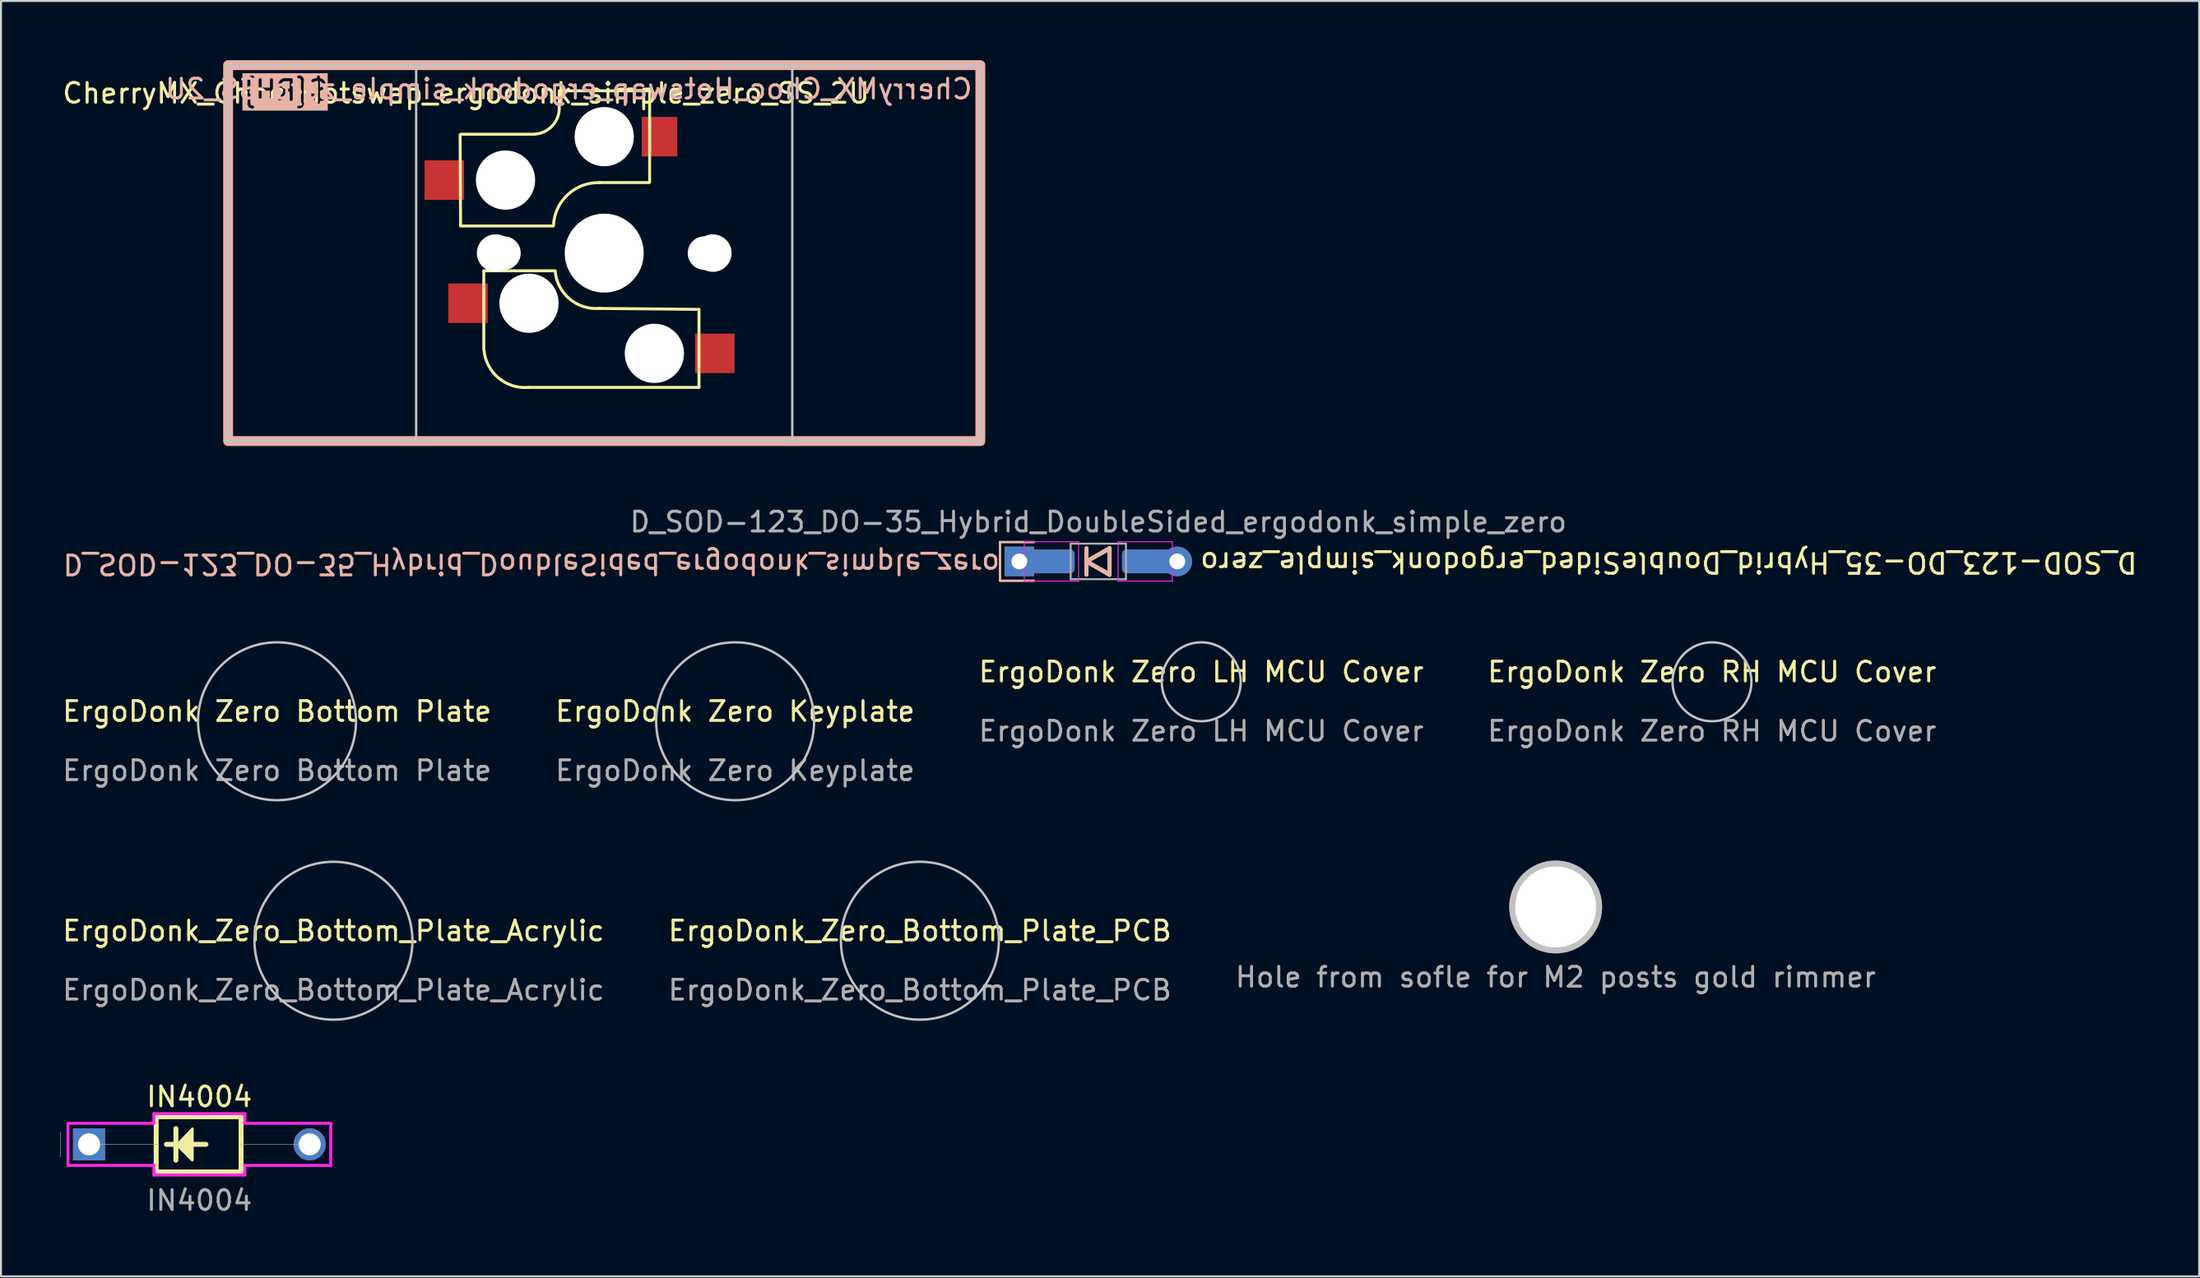
<source format=kicad_pcb>
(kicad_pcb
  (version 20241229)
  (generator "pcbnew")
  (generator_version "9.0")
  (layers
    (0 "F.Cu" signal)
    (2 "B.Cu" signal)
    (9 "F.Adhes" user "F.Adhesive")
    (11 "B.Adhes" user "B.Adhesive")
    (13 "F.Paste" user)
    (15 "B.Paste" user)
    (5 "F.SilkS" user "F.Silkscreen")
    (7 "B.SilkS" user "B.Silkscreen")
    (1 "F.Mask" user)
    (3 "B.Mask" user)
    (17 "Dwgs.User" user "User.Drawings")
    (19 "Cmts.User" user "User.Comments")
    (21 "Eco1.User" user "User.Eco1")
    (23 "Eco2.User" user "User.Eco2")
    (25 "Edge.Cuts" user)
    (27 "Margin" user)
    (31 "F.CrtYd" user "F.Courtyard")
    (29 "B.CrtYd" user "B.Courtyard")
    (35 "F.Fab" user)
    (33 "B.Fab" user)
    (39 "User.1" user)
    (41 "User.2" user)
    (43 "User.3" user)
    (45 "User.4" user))
  (footprint "ErgoDonk_Zero_Bottom_Plate_Acrylic"
    (layer "F.Cu")
    (at 13.839 44.617)
    (property "Reference" "ErgoDonk_Zero_Bottom_Plate_Acrylic" (at 0 -0.5 0) (unlocked yes) (layer "F.SilkS") (effects (font (size 1 1) (thickness 0.15))))
    (fp_circle (center 0 0) (end 4 0) (stroke (width 0.12) (type default)) (fill no) (layer "Dwgs.User"))
    (fp_text user "${REFERENCE}" (at 0 2.5 0) (unlocked yes) (layer "F.Fab") (effects (font (size 1 1) (thickness 0.15)))))
  (footprint "ErgoDonk Zero Bottom Plate"
    (layer "F.Cu")
    (at 10.982 33.497)
    (property "Reference" "ErgoDonk Zero Bottom Plate" (at 0 -0.5 0) (unlocked yes) (layer "F.SilkS") (effects (font (size 1 1) (thickness 0.15))))
    (fp_circle (center 0 0) (end 4 0) (stroke (width 0.12) (type default)) (fill no) (layer "Dwgs.User"))
    (fp_text user "${REFERENCE}" (at 0 2.5 0) (unlocked yes) (layer "F.Fab") (effects (font (size 1 1) (thickness 0.15)))))
  (footprint "ErgoDonk Zero Keyplate"
    (layer "F.Cu")
    (at 34.185 33.497)
    (property "Reference" "ErgoDonk Zero Keyplate" (at 0 -0.5 0) (unlocked yes) (layer "F.SilkS") (effects (font (size 1 1) (thickness 0.15))))
    (fp_circle (center 0 0) (end 4 0) (stroke (width 0.12) (type default)) (fill no) (layer "Dwgs.User"))
    (fp_text user "${REFERENCE}" (at 0 2.5 0) (unlocked yes) (layer "F.Fab") (effects (font (size 1 1) (thickness 0.15)))))
  (footprint "Hole from sofle for M2 posts gold rimmer"
    (layer "F.Cu")
    (at 75.744 42.907)
    (property "Reference" "Hole from sofle for M2 posts gold rimmer" (at 0 3.556 0) (unlocked yes) (layer "F.Fab") (effects (font (size 1 1) (thickness 0.15))))
    (attr through_hole exclude_from_pos_files exclude_from_bom)
    (fp_circle (center 0 0) (end 1.1 0) (stroke (width 0.1) (type default)) (fill no) (layer "User.3"))
    (fp_circle (center 0 0) (end 1.1 0) (stroke (width 0.1) (type default)) (fill no) (layer "User.4"))
    (fp_circle (center 0 0) (end 1.1 0) (stroke (width 0.1) (type default)) (fill no) (layer "User.5"))
    (fp_circle (center 0 0) (end 1.1 0) (stroke (width 0.1) (type default)) (fill no) (layer "User.6"))
    (fp_circle (center 0 0) (end 1.1 0) (stroke (width 0.1) (type default)) (fill no) (layer "User.7"))
    (fp_circle (center 0 0) (end 2.05 0) (stroke (width 0.1) (type default)) (fill no) (layer "User.8"))
    (fp_circle (center 0 0) (end 1.1 0) (stroke (width 0.1) (type default)) (fill no) (layer "User.9"))
    (pad "" thru_hole circle (at 0 0 90) (size 4.7 4.7) (drill 4.1) (layers "*.Cu" "*.Mask" "Dwgs.User")))
  (footprint "ErgoDonk_Zero_Bottom_Plate_PCB"
    (layer "F.Cu")
    (at 43.542 44.617)
    (property "Reference" "ErgoDonk_Zero_Bottom_Plate_PCB" (at 0 -0.5 0) (unlocked yes) (layer "F.SilkS") (effects (font (size 1 1) (thickness 0.15))))
    (fp_circle (center 0 0) (end 4 0) (stroke (width 0.12) (type default)) (fill no) (layer "Dwgs.User"))
    (fp_text user "${REFERENCE}" (at 0 2.5 0) (unlocked yes) (layer "F.Fab") (effects (font (size 1 1) (thickness 0.15)))))
  (footprint "ErgoDonk Zero RH MCU Cover"
    (layer "F.Cu")
    (at 83.661 31.497)
    (property "Reference" "ErgoDonk Zero RH MCU Cover" (at 0 -0.5 0) (unlocked yes) (layer "F.SilkS") (effects (font (size 1 1) (thickness 0.15))))
    (fp_circle (center 0 0) (end 2 0) (stroke (width 0.12) (type default)) (fill no) (layer "Dwgs.User"))
    (fp_text user "${REFERENCE}" (at 0 2.5 0) (unlocked yes) (layer "F.Fab") (effects (font (size 1 1) (thickness 0.15)))))
  (footprint "D_SOD-123_DO-35_Hybrid_DoubleSided_ergodonk_simple_zero"
    (layer "F.Cu")
    (at 52.579 25.398)
    (property "Reference" "D_SOD-123_DO-35_Hybrid_DoubleSided_ergodonk_simple_zero" (at -4.9 -0.45 180) (unlocked yes) (layer "B.SilkS") (effects (font (size 1 1) (thickness 0.15)) (justify right bottom mirror)))
    (attr smd)
    (fp_line (start -4.98 -0.989) (end -4.98 0.961) (stroke (width 0.1) (type default)) (layer "F.SilkS"))
    (fp_line (start -4.98 -0.989) (end -3.28 -0.989) (stroke (width 0.1) (type default)) (layer "F.SilkS"))
    (fp_line (start -4.97 0.971) (end -3.26 0.971) (stroke (width 0.1) (type default)) (layer "F.SilkS"))
    (fp_line (start -0.6 -0.659) (end -0.6 0.671) (stroke (width 0.2) (type solid)) (layer "F.SilkS"))
    (fp_line (start -0.6 0.006) (end 0.57 -0.649) (stroke (width 0.2) (type solid)) (layer "F.SilkS"))
    (fp_line (start 0.57 -0.649) (end 0.57 0.681) (stroke (width 0.2) (type solid)) (layer "F.SilkS"))
    (fp_line (start 0.57 0.681) (end -0.6 0.006) (stroke (width 0.2) (type solid)) (layer "F.SilkS"))
    (fp_line (start -4.975 0.989) (end -4.975 -0.961) (stroke (width 0.1) (type default)) (layer "B.SilkS"))
    (fp_line (start -4.975 0.989) (end -3.275 0.989) (stroke (width 0.1) (type default)) (layer "B.SilkS"))
    (fp_line (start -4.965 -0.971) (end -3.255 -0.971) (stroke (width 0.1) (type default)) (layer "B.SilkS"))
    (fp_line (start -0.595 -0.006) (end 0.575 0.649) (stroke (width 0.2) (type solid)) (layer "B.SilkS"))
    (fp_line (start -0.595 0.659) (end -0.595 -0.671) (stroke (width 0.2) (type solid)) (layer "B.SilkS"))
    (fp_line (start 0.575 -0.681) (end -0.595 -0.006) (stroke (width 0.2) (type solid)) (layer "B.SilkS"))
    (fp_line (start 0.575 0.649) (end 0.575 -0.681) (stroke (width 0.2) (type solid)) (layer "B.SilkS"))
    (fp_line (start -3.75 -1) (end -3.75 1) (stroke (width 0.05) (type default)) (layer "F.CrtYd"))
    (fp_line (start -3.75 -1) (end -1 -1) (stroke (width 0.05) (type solid)) (layer "F.CrtYd"))
    (fp_line (start -1 -1) (end -1 1) (stroke (width 0.05) (type default)) (layer "F.CrtYd"))
    (fp_line (start -1 1) (end -3.75 1) (stroke (width 0.05) (type solid)) (layer "F.CrtYd"))
    (fp_line (start 1 -1) (end 1 1) (stroke (width 0.05) (type default)) (layer "F.CrtYd"))
    (fp_line (start 1 -1) (end 3.75 -1) (stroke (width 0.05) (type solid)) (layer "F.CrtYd"))
    (fp_line (start 3.75 -1) (end 3.75 1) (stroke (width 0.05) (type default)) (layer "F.CrtYd"))
    (fp_line (start 3.75 1) (end 1 1) (stroke (width 0.05) (type solid)) (layer "F.CrtYd"))
    (fp_line (start -1.4 -0.9) (end 1.4 -0.9) (stroke (width 0.1) (type solid)) (layer "F.Fab"))
    (fp_line (start -1.4 0.9) (end -1.4 -0.9) (stroke (width 0.1) (type solid)) (layer "F.Fab"))
    (fp_line (start 1.4 -0.9) (end 1.4 0.9) (stroke (width 0.1) (type solid)) (layer "F.Fab"))
    (fp_line (start 1.4 0.9) (end -1.4 0.9) (stroke (width 0.1) (type solid)) (layer "F.Fab"))
    (fp_text user "${REFERENCE}" (at 5.08 -0.53 180) (unlocked yes) (layer "F.SilkS") (effects (font (size 1 1) (thickness 0.15)) (justify right bottom)))
    (fp_text user "${REFERENCE}" (at 0 -2 0) (layer "F.Fab") (effects (font (size 1 1) (thickness 0.15))))
    (pad "1" thru_hole rect (at -4 0) (size 1.5 1.5) (drill 0.8) (layers "*.Cu" "*.Mask"))
    (pad "1" smd rect (at -2.75 0) (size 1.6 1.2) (layers "B.Cu"))
    (pad "1" smd rect (at -2.7 0) (size 1.6 1.2) (layers "F.Cu"))
    (pad "1" smd roundrect (at -1.65 0) (size 0.9 1.2) (layers "F.Cu" "F.Mask" "F.Paste") (roundrect_rratio 0.25))
    (pad "1" smd roundrect (at -1.65 0) (size 0.9 1.2) (layers "B.Cu" "B.Mask" "B.Paste") (roundrect_rratio 0.25))
    (pad "2" smd roundrect (at 1.65 0) (size 0.9 1.2) (layers "F.Cu" "F.Mask" "F.Paste") (roundrect_rratio 0.25))
    (pad "2" smd roundrect (at 1.65 0) (size 0.9 1.2) (layers "B.Cu" "B.Mask" "B.Paste") (roundrect_rratio 0.25))
    (pad "2" smd rect (at 2.7 0) (size 1.6 1.2) (layers "B.Cu"))
    (pad "2" smd rect (at 2.87 0.000001) (size 1.94 1.2) (layers "F.Cu"))
    (pad "2" thru_hole circle (at 4 0) (size 1.5 1.5) (drill 0.8) (layers "*.Cu" "*.Mask")))
  (footprint "IN4004"
    (layer "F.Cu")
    (at 1.46 54.935)
    (property "Reference" "IN4004" (at 5.588 -2.41 0) (unlocked yes) (layer "F.SilkS") (effects (font (size 1 1) (thickness 0.15))))
    (attr through_hole)
    (fp_line (start 4.4 -0.8) (end 4.4 0.8) (stroke (width 0.25) (type default)) (layer "F.SilkS"))
    (fp_line (start 5.92 0) (end 3.92 0) (stroke (width 0.25) (type default)) (layer "F.SilkS"))
    (fp_rect (start 3.4 -1.4) (end 7.7 1.4) (stroke (width 0.25) (type default)) (fill no) (layer "F.SilkS"))
    (fp_poly (pts (xy 4.48 0) (xy 5.24 -0.8) (xy 5.24 0.8) (xy 5.23 0.81) (xy 4.48 0.06)) (stroke (width 0.12) (type solid)) (fill yes) (layer "F.SilkS"))
    (fp_line (start -1.067 -1.067) (end 3.284 -1.067) (stroke (width 0.152) (type solid)) (layer "F.CrtYd"))
    (fp_line (start -1.067 1.067) (end -1.067 -1.067) (stroke (width 0.152) (type solid)) (layer "F.CrtYd"))
    (fp_line (start 3.284 -1.554) (end 7.892 -1.554) (stroke (width 0.152) (type solid)) (layer "F.CrtYd"))
    (fp_line (start 3.284 -1.067) (end 3.284 -1.554) (stroke (width 0.152) (type solid)) (layer "F.CrtYd"))
    (fp_line (start 3.284 1.067) (end -1.067 1.067) (stroke (width 0.152) (type solid)) (layer "F.CrtYd"))
    (fp_line (start 3.284 1.554) (end 3.284 1.067) (stroke (width 0.152) (type solid)) (layer "F.CrtYd"))
    (fp_line (start 7.892 -1.554) (end 7.892 -1.067) (stroke (width 0.152) (type solid)) (layer "F.CrtYd"))
    (fp_line (start 7.892 -1.067) (end 12.243 -1.067) (stroke (width 0.152) (type solid)) (layer "F.CrtYd"))
    (fp_line (start 7.892 1.067) (end 7.892 1.554) (stroke (width 0.152) (type solid)) (layer "F.CrtYd"))
    (fp_line (start 7.892 1.554) (end 3.284 1.554) (stroke (width 0.152) (type solid)) (layer "F.CrtYd"))
    (fp_line (start 12.243 -1.067) (end 12.243 1.067) (stroke (width 0.152) (type solid)) (layer "F.CrtYd"))
    (fp_line (start 12.243 1.067) (end 7.892 1.067) (stroke (width 0.152) (type solid)) (layer "F.CrtYd"))
    (fp_line (start -1.448 -0.635) (end -1.448 0.635) (stroke (width 0.025) (type solid)) (layer "F.Fab"))
    (fp_line (start 0 0) (end 3.538 0) (stroke (width 0.025) (type solid)) (layer "F.Fab"))
    (fp_line (start 11.176 0) (end 7.638 0) (stroke (width 0.025) (type solid)) (layer "F.Fab"))
    (fp_text user "${REFERENCE}" (at 5.588 2.84 0) (unlocked yes) (layer "F.Fab") (effects (font (size 1 1) (thickness 0.15))))
    (pad "A" thru_hole circle (at 11.176 0) (size 1.626 1.626) (drill 1.118) (layers "*.Cu" "*.Mask"))
    (pad "C" thru_hole rect (at 0 0) (size 1.626 1.626) (drill 1.118) (layers "*.Cu" "*.Mask")))
  (footprint "CherryMX_Choc_Hotswap_ergodonk_simple_zero_SS_2U"
    (layer "F.Cu")
    (at 27.554 9.775)
    (property "Reference" "CherryMX_Choc_Hotswap_ergodonk_simple_zero_SS_2U" (at -7 -8.1 180) (layer "F.SilkS") (effects (font (size 1 1) (thickness 0.15))))
    (attr smd)
    (fp_line (start -7.275 -1.4) (end -7.3 -6) (stroke (width 0.15) (type solid)) (layer "F.SilkS"))
    (fp_line (start -6.1 0.896) (end -2.49 0.896) (stroke (width 0.15) (type solid)) (layer "F.SilkS"))
    (fp_line (start -6.1 4.85) (end -6.1 0.905) (stroke (width 0.15) (type solid)) (layer "F.SilkS"))
    (fp_line (start -3.5 -6.025) (end -7.275 -6.025) (stroke (width 0.15) (type solid)) (layer "F.SilkS"))
    (fp_line (start -2.575 -1.375) (end -7.275 -1.375) (stroke (width 0.15) (type solid)) (layer "F.SilkS"))
    (fp_line (start -2.28 -7.5) (end -2.28 -8.2) (stroke (width 0.15) (type solid)) (layer "F.SilkS"))
    (fp_line (start 2.275 -8.225) (end -2.275 -8.225) (stroke (width 0.15) (type solid)) (layer "F.SilkS"))
    (fp_line (start 2.275 -3.575) (end -0.275 -3.575) (stroke (width 0.15) (type solid)) (layer "F.SilkS"))
    (fp_line (start 2.3 -3.6) (end 2.3 -8.2) (stroke (width 0.15) (type solid)) (layer "F.SilkS"))
    (fp_line (start 4.8 2.85) (end -0.25 2.804) (stroke (width 0.15) (type solid)) (layer "F.SilkS"))
    (fp_line (start 4.8 2.896) (end 4.8 6.804) (stroke (width 0.15) (type solid)) (layer "F.SilkS"))
    (fp_line (start 4.8 6.804) (end -3.825 6.804) (stroke (width 0.15) (type solid)) (layer "F.SilkS"))
    (fp_arc (start -3.825 6.804) (mid -5.347189 6.33089) (end -6.089 4.92) (stroke (width 0.15) (type solid)) (layer "F.SilkS"))
    (fp_arc (start -2.57 -1.4) (mid -1.834422 -2.975843) (end -0.2 -3.57) (stroke (width 0.15) (type solid)) (layer "F.SilkS"))
    (fp_arc (start -2.28 -7.45) (mid -2.595908 -6.48733) (end -3.5 -6.03) (stroke (width 0.15) (type solid)) (layer "F.SilkS"))
    (fp_arc (start -0.225 2.8) (mid -1.744361 2.328061) (end -2.485 0.92) (stroke (width 0.15) (type solid)) (layer "F.SilkS"))
    (fp_rect (start -19.05 9.525) (end 19.05 -9.525) (stroke (width 0.5) (type default)) (fill no) (layer "B.SilkS"))
    (fp_rect (start -19.05 9.525) (end 19.05 -9.525) (stroke (width 0.12) (type default)) (fill no) (layer "Dwgs.User"))
    (fp_rect (start -9.525 9.525) (end 9.525 -9.525) (stroke (width 0.12) (type default)) (fill no) (layer "Dwgs.User"))
    (fp_line (start -9 -9) (end 9 -9) (stroke (width 0.15) (type solid)) (layer "Eco2.User"))
    (fp_line (start -9 9) (end -9 -9) (stroke (width 0.15) (type solid)) (layer "Eco2.User"))
    (fp_line (start 9 -9) (end 9 9) (stroke (width 0.15) (type solid)) (layer "Eco2.User"))
    (fp_line (start 9 9) (end -9 9) (stroke (width 0.15) (type solid)) (layer "Eco2.User"))
    (fp_rect (start 7 7) (end -7 -7) (stroke (width 0.12) (type default)) (fill no) (layer "User.4"))
    (fp_rect (start -19.05 9.525) (end 19.05 -9.525) (stroke (width 0.12) (type default)) (fill no) (layer "User.8"))
    (fp_rect (start 7 7) (end -7 -7) (stroke (width 0.12) (type default)) (fill no) (layer "User.8"))
    (fp_text user "${RH}" (at -18.43 -8.24 0) (unlocked yes) (layer "B.SilkS" knockout) (effects (font (size 1 1) (thickness 0.15)) (justify right mirror)))
    (fp_text user "${REFERENCE}" (at 18.73 -7.73 0) (unlocked yes) (layer "B.SilkS") (effects (font (size 1 1) (thickness 0.15)) (justify left bottom mirror)))
    (pad "" np_thru_hole circle (at -5.5 0 270) (size 1.9 1.9) (drill 1.9) (layers "*.Cu" "*.Mask"))
    (pad "" np_thru_hole circle (at -5.08 0 180) (size 1.7 1.7) (drill 1.7) (layers "*.Cu" "*.Mask"))
    (pad "" np_thru_hole circle (at -5 -3.7 90) (size 3 3) (drill 3) (layers "*.Cu" "*.Mask"))
    (pad "" np_thru_hole circle (at -3.81 2.54) (size 3 3) (drill 3) (layers "*.Cu" "*.Mask"))
    (pad "" np_thru_hole circle (at 0 -5.9 270) (size 3 3) (drill 3) (layers "*.Cu" "*.Mask"))
    (pad "" np_thru_hole circle (at 0 0 270) (size 4 4) (drill 4) (layers "*.Cu" "*.Mask"))
    (pad "" np_thru_hole circle (at 2.54 5.08) (size 3 3) (drill 3) (layers "*.Cu" "*.Mask"))
    (pad "" np_thru_hole circle (at 5.08 0 180) (size 1.7 1.7) (drill 1.7) (layers "*.Cu" "*.Mask"))
    (pad "" np_thru_hole circle (at 5.5 0 270) (size 1.9 1.9) (drill 1.9) (layers "*.Cu" "*.Mask"))
    (pad "5" smd rect (at -8.1 -3.7) (size 2 2) (layers "F.Cu" "F.Mask" "F.Paste"))
    (pad "5" smd rect (at -6.9 2.54) (size 2 2) (layers "F.Cu" "F.Mask" "F.Paste"))
    (pad "6" smd rect (at 2.8 -5.9) (size 1.8 2) (layers "F.Cu" "F.Mask" "F.Paste"))
    (pad "6" smd rect (at 5.6 5.08) (size 2 2) (layers "F.Cu" "F.Mask" "F.Paste")))
  (footprint "ErgoDonk Zero LH MCU Cover"
    (layer "F.Cu")
    (at 57.792 31.497)
    (property "Reference" "ErgoDonk Zero LH MCU Cover" (at 0 -0.5 0) (unlocked yes) (layer "F.SilkS") (effects (font (size 1 1) (thickness 0.15))))
    (fp_circle (center 0 0) (end 2 0) (stroke (width 0.12) (type default)) (fill no) (layer "Dwgs.User"))
    (fp_text user "${REFERENCE}" (at 0 2.5 0) (unlocked yes) (layer "F.Fab") (effects (font (size 1 1) (thickness 0.15)))))
  (gr_rect
    (start -3 -3)
    (end 108.337 61.623)
    (stroke (width 0.1) (type default))
    (fill no)
    (layer "Edge.Cuts")))
</source>
